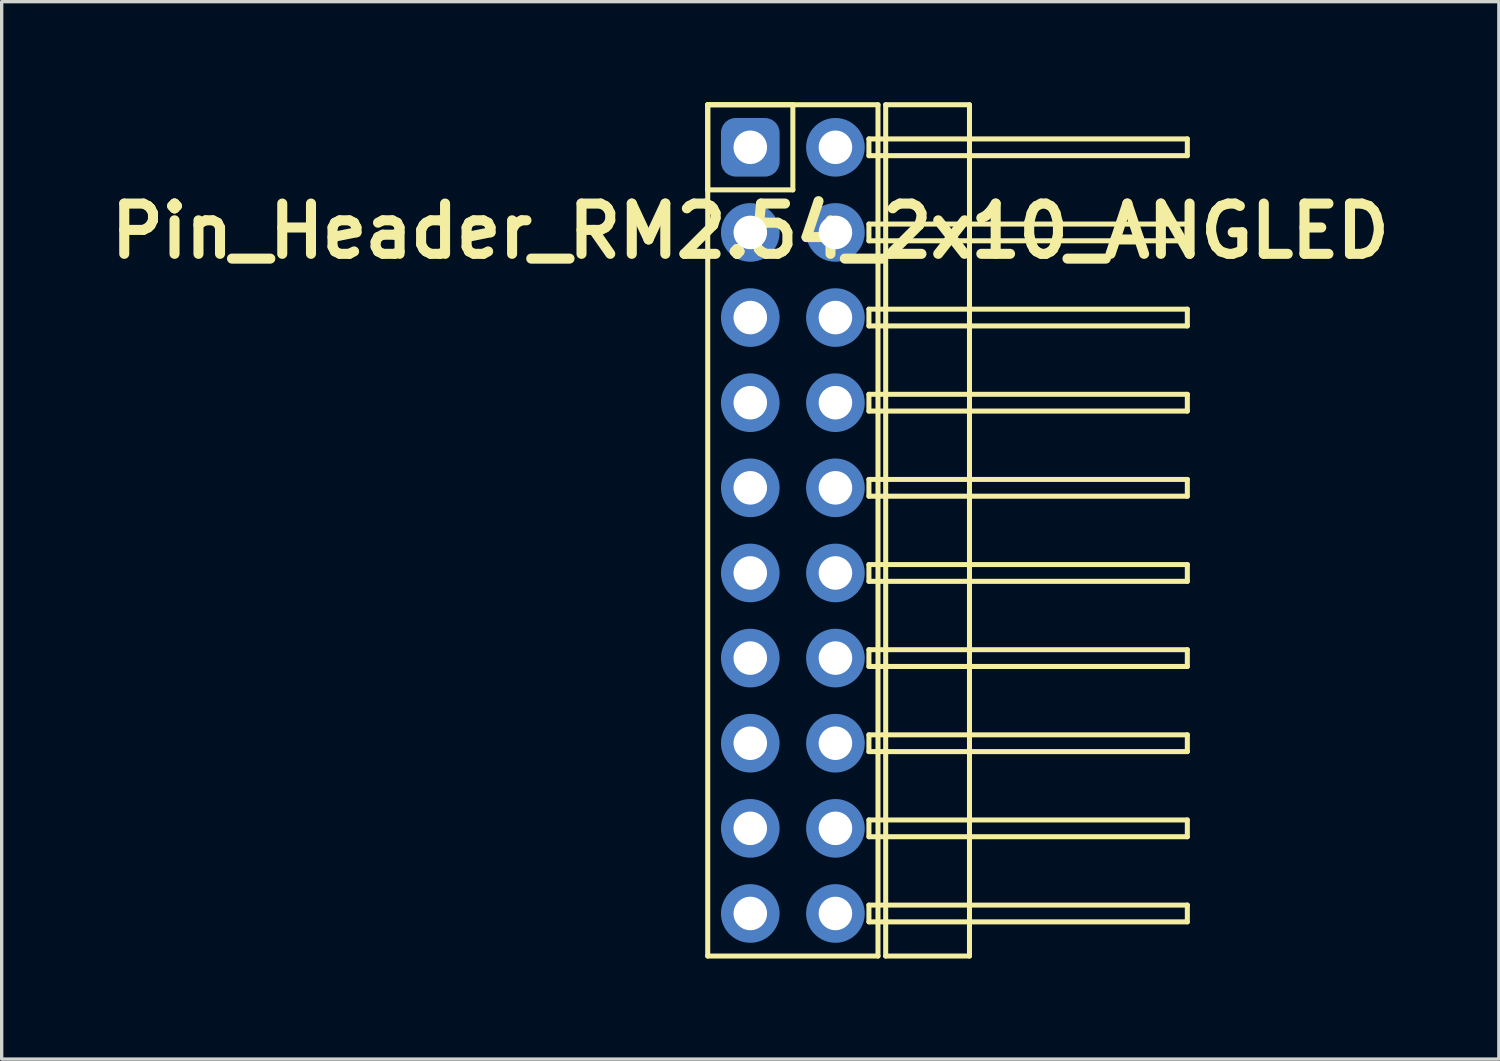
<source format=kicad_pcb>
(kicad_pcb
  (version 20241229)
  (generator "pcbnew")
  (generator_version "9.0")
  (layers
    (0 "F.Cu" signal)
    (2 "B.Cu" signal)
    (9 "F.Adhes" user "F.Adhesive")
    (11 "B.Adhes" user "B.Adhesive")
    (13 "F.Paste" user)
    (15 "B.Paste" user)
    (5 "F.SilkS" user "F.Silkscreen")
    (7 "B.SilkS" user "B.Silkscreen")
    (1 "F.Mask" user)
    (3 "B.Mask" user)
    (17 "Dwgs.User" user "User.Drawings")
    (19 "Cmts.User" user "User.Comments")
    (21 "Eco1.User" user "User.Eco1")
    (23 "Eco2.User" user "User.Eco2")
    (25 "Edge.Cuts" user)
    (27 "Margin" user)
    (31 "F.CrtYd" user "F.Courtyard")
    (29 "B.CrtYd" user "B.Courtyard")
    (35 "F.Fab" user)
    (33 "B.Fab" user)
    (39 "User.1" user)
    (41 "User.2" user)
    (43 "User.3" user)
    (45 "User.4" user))
  (footprint "Pin_Header_RM2.54_2x10_ANGLED"
    (layer "F.Cu")
    (at 19.336 1.345)
    (property "Reference" "Pin_Header_RM2.54_2x10_ANGLED" (at 0 2.5 0) (layer "F.SilkS") (effects (font (size 1.5 1.5) (thickness 0.3))))
    (attr through_hole)
    (fp_line (start -1.27 -1.27) (end 1.27 -1.27) (stroke (width 0.15) (type solid)) (layer "F.SilkS"))
    (fp_line (start -1.27 -1.27) (end 3.81 -1.27) (stroke (width 0.15) (type solid)) (layer "F.SilkS"))
    (fp_line (start -1.27 1.27) (end -1.27 -1.27) (stroke (width 0.15) (type solid)) (layer "F.SilkS"))
    (fp_line (start -1.27 24.13) (end -1.27 -1.27) (stroke (width 0.15) (type solid)) (layer "F.SilkS"))
    (fp_line (start 1.27 -1.27) (end 1.27 1.27) (stroke (width 0.15) (type solid)) (layer "F.SilkS"))
    (fp_line (start 1.27 1.27) (end -1.27 1.27) (stroke (width 0.15) (type solid)) (layer "F.SilkS"))
    (fp_line (start 3.54 -0.25) (end 13.04 -0.25) (stroke (width 0.15) (type solid)) (layer "F.SilkS"))
    (fp_line (start 3.54 0.25) (end 3.54 -0.25) (stroke (width 0.15) (type solid)) (layer "F.SilkS"))
    (fp_line (start 3.54 2.29) (end 13.04 2.29) (stroke (width 0.15) (type solid)) (layer "F.SilkS"))
    (fp_line (start 3.54 2.79) (end 3.54 2.29) (stroke (width 0.15) (type solid)) (layer "F.SilkS"))
    (fp_line (start 3.54 4.83) (end 13.04 4.83) (stroke (width 0.15) (type solid)) (layer "F.SilkS"))
    (fp_line (start 3.54 5.33) (end 3.54 4.83) (stroke (width 0.15) (type solid)) (layer "F.SilkS"))
    (fp_line (start 3.54 7.37) (end 13.04 7.37) (stroke (width 0.15) (type solid)) (layer "F.SilkS"))
    (fp_line (start 3.54 7.87) (end 3.54 7.37) (stroke (width 0.15) (type solid)) (layer "F.SilkS"))
    (fp_line (start 3.54 9.91) (end 13.04 9.91) (stroke (width 0.15) (type solid)) (layer "F.SilkS"))
    (fp_line (start 3.54 10.41) (end 3.54 9.91) (stroke (width 0.15) (type solid)) (layer "F.SilkS"))
    (fp_line (start 3.54 12.45) (end 13.04 12.45) (stroke (width 0.15) (type solid)) (layer "F.SilkS"))
    (fp_line (start 3.54 12.95) (end 3.54 12.45) (stroke (width 0.15) (type solid)) (layer "F.SilkS"))
    (fp_line (start 3.54 14.99) (end 13.04 14.99) (stroke (width 0.15) (type solid)) (layer "F.SilkS"))
    (fp_line (start 3.54 15.49) (end 3.54 14.99) (stroke (width 0.15) (type solid)) (layer "F.SilkS"))
    (fp_line (start 3.54 17.53) (end 13.04 17.53) (stroke (width 0.15) (type solid)) (layer "F.SilkS"))
    (fp_line (start 3.54 18.03) (end 3.54 17.53) (stroke (width 0.15) (type solid)) (layer "F.SilkS"))
    (fp_line (start 3.54 20.07) (end 13.04 20.07) (stroke (width 0.15) (type solid)) (layer "F.SilkS"))
    (fp_line (start 3.54 20.57) (end 3.54 20.07) (stroke (width 0.15) (type solid)) (layer "F.SilkS"))
    (fp_line (start 3.54 22.61) (end 13.04 22.61) (stroke (width 0.15) (type solid)) (layer "F.SilkS"))
    (fp_line (start 3.54 23.11) (end 3.54 22.61) (stroke (width 0.15) (type solid)) (layer "F.SilkS"))
    (fp_line (start 3.81 -1.27) (end 3.81 24.13) (stroke (width 0.15) (type solid)) (layer "F.SilkS"))
    (fp_line (start 3.81 24.13) (end -1.27 24.13) (stroke (width 0.15) (type solid)) (layer "F.SilkS"))
    (fp_line (start 4.04 -1.27) (end 6.54 -1.27) (stroke (width 0.15) (type solid)) (layer "F.SilkS"))
    (fp_line (start 4.04 24.13) (end 4.04 -1.27) (stroke (width 0.15) (type solid)) (layer "F.SilkS"))
    (fp_line (start 6.54 -1.27) (end 6.54 24.13) (stroke (width 0.15) (type solid)) (layer "F.SilkS"))
    (fp_line (start 6.54 24.13) (end 4.04 24.13) (stroke (width 0.15) (type solid)) (layer "F.SilkS"))
    (fp_line (start 13.04 -0.25) (end 13.04 0.25) (stroke (width 0.15) (type solid)) (layer "F.SilkS"))
    (fp_line (start 13.04 0.25) (end 3.54 0.25) (stroke (width 0.15) (type solid)) (layer "F.SilkS"))
    (fp_line (start 13.04 2.29) (end 13.04 2.79) (stroke (width 0.15) (type solid)) (layer "F.SilkS"))
    (fp_line (start 13.04 2.79) (end 3.54 2.79) (stroke (width 0.15) (type solid)) (layer "F.SilkS"))
    (fp_line (start 13.04 4.83) (end 13.04 5.33) (stroke (width 0.15) (type solid)) (layer "F.SilkS"))
    (fp_line (start 13.04 5.33) (end 3.54 5.33) (stroke (width 0.15) (type solid)) (layer "F.SilkS"))
    (fp_line (start 13.04 7.37) (end 13.04 7.87) (stroke (width 0.15) (type solid)) (layer "F.SilkS"))
    (fp_line (start 13.04 7.87) (end 3.54 7.87) (stroke (width 0.15) (type solid)) (layer "F.SilkS"))
    (fp_line (start 13.04 9.91) (end 13.04 10.41) (stroke (width 0.15) (type solid)) (layer "F.SilkS"))
    (fp_line (start 13.04 10.41) (end 3.54 10.41) (stroke (width 0.15) (type solid)) (layer "F.SilkS"))
    (fp_line (start 13.04 12.45) (end 13.04 12.95) (stroke (width 0.15) (type solid)) (layer "F.SilkS"))
    (fp_line (start 13.04 12.95) (end 3.54 12.95) (stroke (width 0.15) (type solid)) (layer "F.SilkS"))
    (fp_line (start 13.04 14.99) (end 13.04 15.49) (stroke (width 0.15) (type solid)) (layer "F.SilkS"))
    (fp_line (start 13.04 15.49) (end 3.54 15.49) (stroke (width 0.15) (type solid)) (layer "F.SilkS"))
    (fp_line (start 13.04 17.53) (end 13.04 18.03) (stroke (width 0.15) (type solid)) (layer "F.SilkS"))
    (fp_line (start 13.04 18.03) (end 3.54 18.03) (stroke (width 0.15) (type solid)) (layer "F.SilkS"))
    (fp_line (start 13.04 20.07) (end 13.04 20.57) (stroke (width 0.15) (type solid)) (layer "F.SilkS"))
    (fp_line (start 13.04 20.57) (end 3.54 20.57) (stroke (width 0.15) (type solid)) (layer "F.SilkS"))
    (fp_line (start 13.04 22.61) (end 13.04 23.11) (stroke (width 0.15) (type solid)) (layer "F.SilkS"))
    (fp_line (start 13.04 23.11) (end 3.54 23.11) (stroke (width 0.15) (type solid)) (layer "F.SilkS"))
    (pad "1" thru_hole circle (at 0 0) (size 1.3 1.3) (drill 1) (layers "*.Cu" "*.Mask"))
    (pad "1" smd roundrect (at 0 0) (size 1.5 1.5) (layers "F.Cu" "F.Mask") (roundrect_rratio 0.25))
    (pad "1" smd roundrect (at 0 0) (size 1.75 1.75) (layers "B.Cu" "B.Mask") (roundrect_rratio 0.25))
    (pad "2" thru_hole circle (at 2.54 0) (size 1.3 1.3) (drill 1) (layers "*.Cu" "*.Mask"))
    (pad "2" smd circle (at 2.54 0) (size 1.5 1.5) (layers "F.Cu" "F.Mask"))
    (pad "2" smd circle (at 2.54 0) (size 1.75 1.75) (layers "B.Cu" "B.Mask"))
    (pad "3" thru_hole circle (at 0 2.54) (size 1.3 1.3) (drill 1) (layers "*.Cu" "*.Mask"))
    (pad "3" smd circle (at 0 2.54) (size 1.5 1.5) (layers "F.Cu" "F.Mask"))
    (pad "3" smd circle (at 0 2.54) (size 1.75 1.75) (layers "B.Cu" "B.Mask"))
    (pad "4" thru_hole circle (at 2.54 2.54) (size 1.3 1.3) (drill 1) (layers "*.Cu" "*.Mask"))
    (pad "4" smd circle (at 2.54 2.54) (size 1.5 1.5) (layers "F.Cu" "F.Mask"))
    (pad "4" smd circle (at 2.54 2.54) (size 1.75 1.75) (layers "B.Cu" "B.Mask"))
    (pad "5" thru_hole circle (at 0 5.08) (size 1.3 1.3) (drill 1) (layers "*.Cu" "*.Mask"))
    (pad "5" smd circle (at 0 5.08) (size 1.5 1.5) (layers "F.Cu" "F.Mask"))
    (pad "5" smd circle (at 0 5.08) (size 1.75 1.75) (layers "B.Cu" "B.Mask"))
    (pad "6" thru_hole circle (at 2.54 5.08) (size 1.3 1.3) (drill 1) (layers "*.Cu" "*.Mask"))
    (pad "6" smd circle (at 2.54 5.08) (size 1.5 1.5) (layers "F.Cu" "F.Mask"))
    (pad "6" smd circle (at 2.54 5.08) (size 1.75 1.75) (layers "B.Cu" "B.Mask"))
    (pad "7" thru_hole circle (at 0 7.62) (size 1.3 1.3) (drill 1) (layers "*.Cu" "*.Mask"))
    (pad "7" smd circle (at 0 7.62) (size 1.5 1.5) (layers "F.Cu" "F.Mask"))
    (pad "7" smd circle (at 0 7.62) (size 1.75 1.75) (layers "B.Cu" "B.Mask"))
    (pad "8" thru_hole circle (at 2.54 7.62) (size 1.3 1.3) (drill 1) (layers "*.Cu" "*.Mask"))
    (pad "8" smd circle (at 2.54 7.62) (size 1.5 1.5) (layers "F.Cu" "F.Mask"))
    (pad "8" smd circle (at 2.54 7.62) (size 1.75 1.75) (layers "B.Cu" "B.Mask"))
    (pad "9" thru_hole circle (at 0 10.16) (size 1.3 1.3) (drill 1) (layers "*.Cu" "*.Mask"))
    (pad "9" smd circle (at 0 10.16) (size 1.5 1.5) (layers "F.Cu" "F.Mask"))
    (pad "9" smd circle (at 0 10.16) (size 1.75 1.75) (layers "B.Cu" "B.Mask"))
    (pad "10" thru_hole circle (at 2.54 10.16) (size 1.3 1.3) (drill 1) (layers "*.Cu" "*.Mask"))
    (pad "10" smd circle (at 2.54 10.16) (size 1.5 1.5) (layers "F.Cu" "F.Mask"))
    (pad "10" smd circle (at 2.54 10.16) (size 1.75 1.75) (layers "B.Cu" "B.Mask"))
    (pad "11" thru_hole circle (at 0 12.7) (size 1.3 1.3) (drill 1) (layers "*.Cu" "*.Mask"))
    (pad "11" smd circle (at 0 12.7) (size 1.5 1.5) (layers "F.Cu" "F.Mask"))
    (pad "11" smd circle (at 0 12.7) (size 1.75 1.75) (layers "B.Cu" "B.Mask"))
    (pad "12" thru_hole circle (at 2.54 12.7) (size 1.3 1.3) (drill 1) (layers "*.Cu" "*.Mask"))
    (pad "12" smd circle (at 2.54 12.7) (size 1.5 1.5) (layers "F.Cu" "F.Mask"))
    (pad "12" smd circle (at 2.54 12.7) (size 1.75 1.75) (layers "B.Cu" "B.Mask"))
    (pad "13" thru_hole circle (at 0 15.24) (size 1.3 1.3) (drill 1) (layers "*.Cu" "*.Mask"))
    (pad "13" smd circle (at 0 15.24) (size 1.5 1.5) (layers "F.Cu" "F.Mask"))
    (pad "13" smd circle (at 0 15.24) (size 1.75 1.75) (layers "B.Cu" "B.Mask"))
    (pad "14" thru_hole circle (at 2.54 15.24) (size 1.3 1.3) (drill 1) (layers "*.Cu" "*.Mask"))
    (pad "14" smd circle (at 2.54 15.24) (size 1.5 1.5) (layers "F.Cu" "F.Mask"))
    (pad "14" smd circle (at 2.54 15.24) (size 1.75 1.75) (layers "B.Cu" "B.Mask"))
    (pad "15" thru_hole circle (at 0 17.78) (size 1.3 1.3) (drill 1) (layers "*.Cu" "*.Mask"))
    (pad "15" smd circle (at 0 17.78) (size 1.5 1.5) (layers "F.Cu" "F.Mask"))
    (pad "15" smd circle (at 0 17.78) (size 1.75 1.75) (layers "B.Cu" "B.Mask"))
    (pad "16" thru_hole circle (at 2.54 17.78) (size 1.3 1.3) (drill 1) (layers "*.Cu" "*.Mask"))
    (pad "16" smd circle (at 2.54 17.78) (size 1.5 1.5) (layers "F.Cu" "F.Mask"))
    (pad "16" smd circle (at 2.54 17.78) (size 1.75 1.75) (layers "B.Cu" "B.Mask"))
    (pad "17" thru_hole circle (at 0 20.32) (size 1.3 1.3) (drill 1) (layers "*.Cu" "*.Mask"))
    (pad "17" smd circle (at 0 20.32) (size 1.5 1.5) (layers "F.Cu" "F.Mask"))
    (pad "17" smd circle (at 0 20.32) (size 1.75 1.75) (layers "B.Cu" "B.Mask"))
    (pad "18" thru_hole circle (at 2.54 20.32) (size 1.3 1.3) (drill 1) (layers "*.Cu" "*.Mask"))
    (pad "18" smd circle (at 2.54 20.32) (size 1.5 1.5) (layers "F.Cu" "F.Mask"))
    (pad "18" smd circle (at 2.54 20.32) (size 1.75 1.75) (layers "B.Cu" "B.Mask"))
    (pad "19" thru_hole circle (at 0 22.86) (size 1.3 1.3) (drill 1) (layers "*.Cu" "*.Mask"))
    (pad "19" smd circle (at 0 22.86) (size 1.5 1.5) (layers "F.Cu" "F.Mask"))
    (pad "19" smd circle (at 0 22.86) (size 1.75 1.75) (layers "B.Cu" "B.Mask"))
    (pad "20" thru_hole circle (at 2.54 22.86) (size 1.3 1.3) (drill 1) (layers "*.Cu" "*.Mask"))
    (pad "20" smd circle (at 2.54 22.86) (size 1.5 1.5) (layers "F.Cu" "F.Mask"))
    (pad "20" smd circle (at 2.54 22.86) (size 1.75 1.75) (layers "B.Cu" "B.Mask")))
  (gr_rect
    (start -3 -3)
    (end 41.671 28.55)
    (stroke (width 0.1) (type default))
    (fill no)
    (layer "Edge.Cuts")))
</source>
